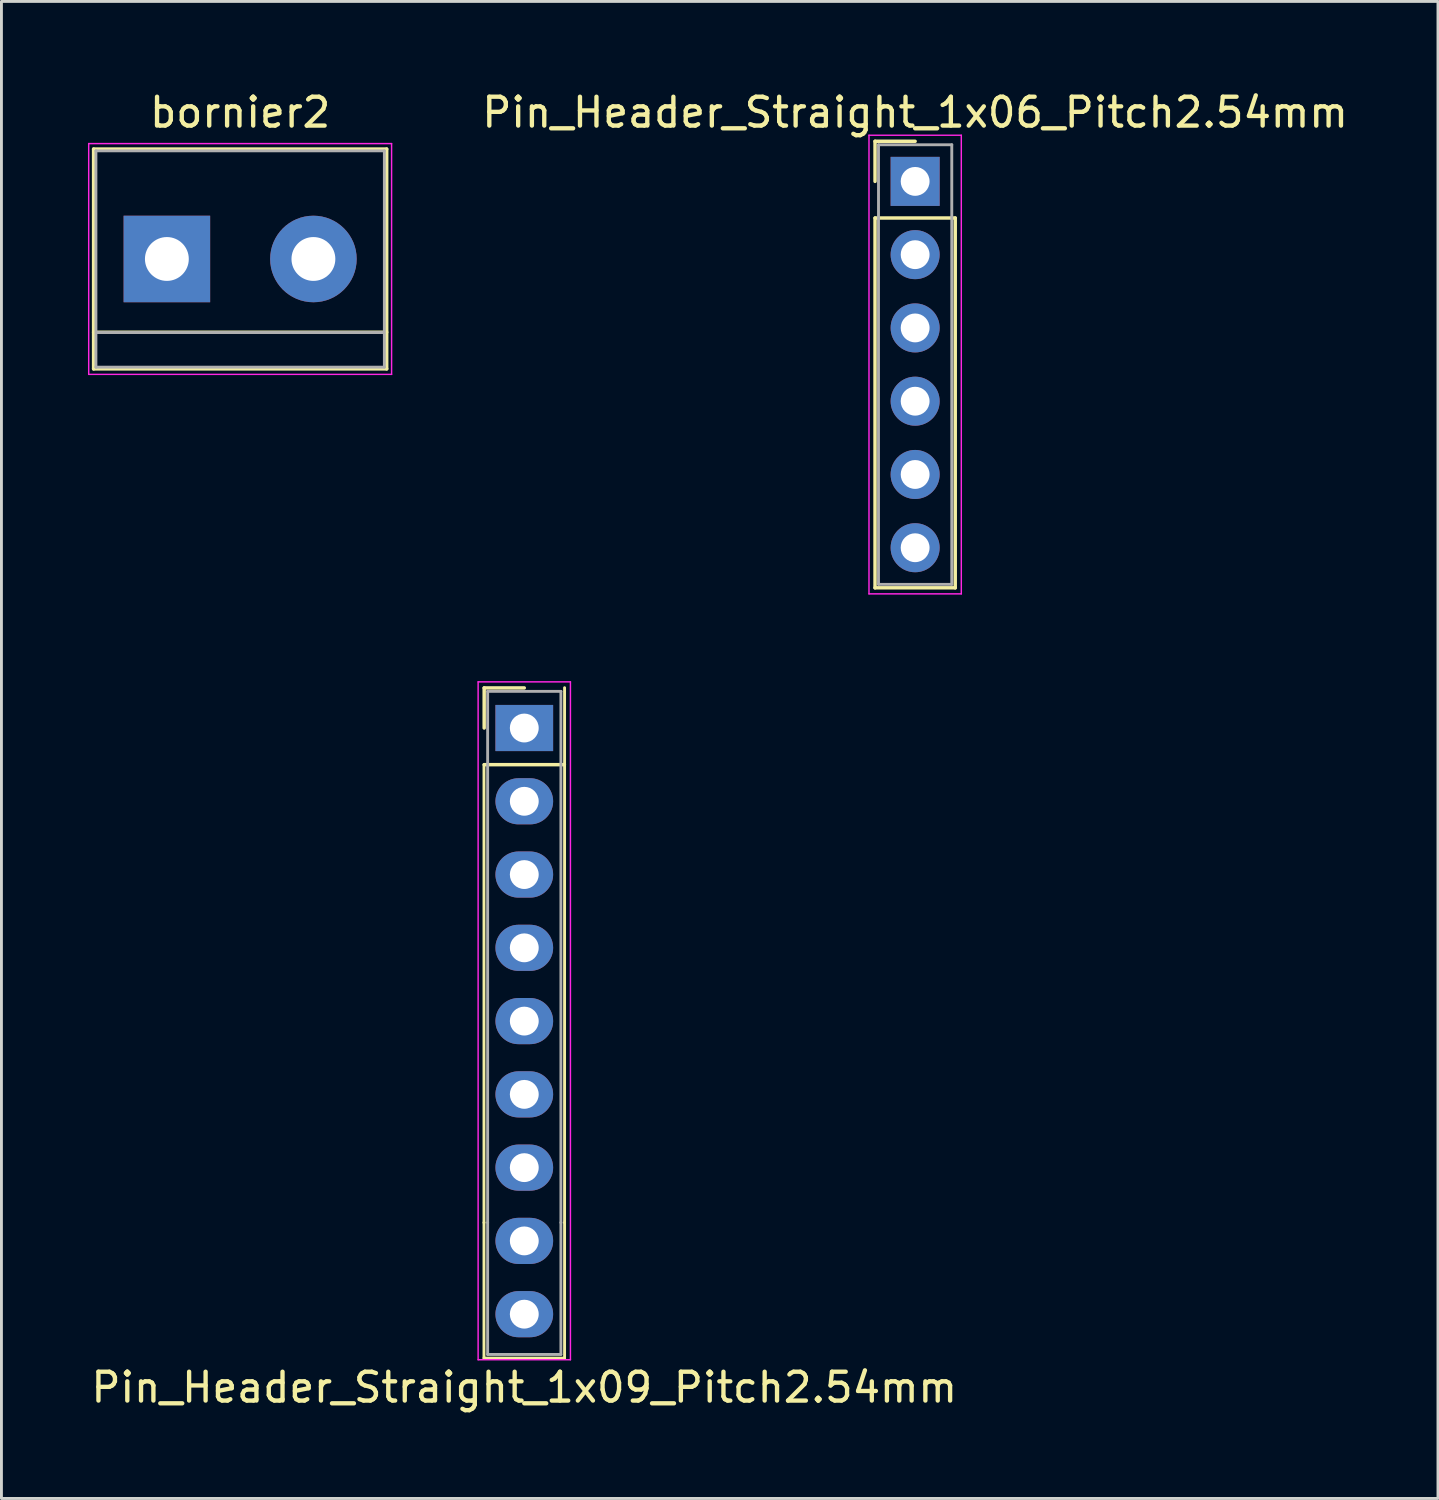
<source format=kicad_pcb>
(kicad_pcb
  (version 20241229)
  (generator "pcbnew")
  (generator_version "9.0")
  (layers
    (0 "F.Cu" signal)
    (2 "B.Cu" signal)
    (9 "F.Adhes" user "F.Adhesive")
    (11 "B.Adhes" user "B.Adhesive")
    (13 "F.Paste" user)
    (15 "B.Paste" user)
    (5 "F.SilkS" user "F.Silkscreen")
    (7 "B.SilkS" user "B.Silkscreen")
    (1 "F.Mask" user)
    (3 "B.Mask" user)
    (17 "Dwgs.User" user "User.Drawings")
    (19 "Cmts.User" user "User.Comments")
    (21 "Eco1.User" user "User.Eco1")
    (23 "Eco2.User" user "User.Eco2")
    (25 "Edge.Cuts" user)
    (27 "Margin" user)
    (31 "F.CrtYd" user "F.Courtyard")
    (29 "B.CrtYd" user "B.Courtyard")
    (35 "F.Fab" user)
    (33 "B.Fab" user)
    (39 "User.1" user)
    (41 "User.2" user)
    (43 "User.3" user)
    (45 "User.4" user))
  (footprint "bornier2"
    (layer "F.Cu")
    (at 2.735 5.928)
    (property "Reference" "bornier2" (at 2.54 -5.08 0) (layer "F.SilkS") (effects (font (size 1 1) (thickness 0.15))))
    (attr through_hole)
    (fp_line (start -2.54 -3.81) (end -2.54 3.81) (stroke (width 0.12) (type solid)) (layer "F.SilkS"))
    (fp_line (start -2.54 3.81) (end 7.62 3.81) (stroke (width 0.12) (type solid)) (layer "F.SilkS"))
    (fp_line (start 7.62 -3.81) (end -2.54 -3.81) (stroke (width 0.12) (type solid)) (layer "F.SilkS"))
    (fp_line (start 7.62 2.54) (end -2.54 2.54) (stroke (width 0.12) (type solid)) (layer "F.SilkS"))
    (fp_line (start 7.62 3.81) (end 7.62 -3.81) (stroke (width 0.12) (type solid)) (layer "F.SilkS"))
    (fp_line (start -2.71 -4) (end -2.71 4) (stroke (width 0.05) (type solid)) (layer "F.CrtYd"))
    (fp_line (start -2.71 -4) (end 7.79 -4) (stroke (width 0.05) (type solid)) (layer "F.CrtYd"))
    (fp_line (start 7.79 4) (end -2.71 4) (stroke (width 0.05) (type solid)) (layer "F.CrtYd"))
    (fp_line (start 7.79 4) (end 7.79 -4) (stroke (width 0.05) (type solid)) (layer "F.CrtYd"))
    (fp_line (start -2.46 -3.75) (end -2.46 3.75) (stroke (width 0.1) (type solid)) (layer "F.Fab"))
    (fp_line (start -2.46 3.75) (end 7.54 3.75) (stroke (width 0.1) (type solid)) (layer "F.Fab"))
    (fp_line (start -2.41 2.55) (end 7.49 2.55) (stroke (width 0.1) (type solid)) (layer "F.Fab"))
    (fp_line (start 7.54 -3.75) (end -2.46 -3.75) (stroke (width 0.1) (type solid)) (layer "F.Fab"))
    (fp_line (start 7.54 3.75) (end 7.54 -3.75) (stroke (width 0.1) (type solid)) (layer "F.Fab"))
    (pad "1" thru_hole rect (at 0 0) (size 3 3) (drill 1.52) (layers "*.Cu" "*.Mask"))
    (pad "2" thru_hole circle (at 5.08 0) (size 3 3) (drill 1.52) (layers "*.Cu" "*.Mask")))
  (footprint "Pin_Header_Straight_1x06_Pitch2.54mm"
    (layer "F.Cu")
    (at 28.675 3.238)
    (property "Reference" "Pin_Header_Straight_1x06_Pitch2.54mm" (at 0 -2.39 0) (layer "F.SilkS") (effects (font (size 1 1) (thickness 0.15))))
    (attr through_hole)
    (fp_line (start -1.39 -1.39) (end 0 -1.39) (stroke (width 0.12) (type solid)) (layer "F.SilkS"))
    (fp_line (start -1.39 0) (end -1.39 -1.39) (stroke (width 0.12) (type solid)) (layer "F.SilkS"))
    (fp_line (start -1.39 1.27) (end -1.39 14.09) (stroke (width 0.12) (type solid)) (layer "F.SilkS"))
    (fp_line (start -1.39 14.09) (end 1.39 14.09) (stroke (width 0.12) (type solid)) (layer "F.SilkS"))
    (fp_line (start 1.39 1.27) (end -1.39 1.27) (stroke (width 0.12) (type solid)) (layer "F.SilkS"))
    (fp_line (start 1.39 14.09) (end 1.39 1.27) (stroke (width 0.12) (type solid)) (layer "F.SilkS"))
    (fp_line (start -1.6 -1.6) (end -1.6 14.3) (stroke (width 0.05) (type solid)) (layer "F.CrtYd"))
    (fp_line (start -1.6 14.3) (end 1.6 14.3) (stroke (width 0.05) (type solid)) (layer "F.CrtYd"))
    (fp_line (start 1.6 -1.6) (end -1.6 -1.6) (stroke (width 0.05) (type solid)) (layer "F.CrtYd"))
    (fp_line (start 1.6 14.3) (end 1.6 -1.6) (stroke (width 0.05) (type solid)) (layer "F.CrtYd"))
    (fp_line (start -1.27 -1.27) (end -1.27 13.97) (stroke (width 0.1) (type solid)) (layer "F.Fab"))
    (fp_line (start -1.27 13.97) (end 1.27 13.97) (stroke (width 0.1) (type solid)) (layer "F.Fab"))
    (fp_line (start 1.27 -1.27) (end -1.27 -1.27) (stroke (width 0.1) (type solid)) (layer "F.Fab"))
    (fp_line (start 1.27 13.97) (end 1.27 -1.27) (stroke (width 0.1) (type solid)) (layer "F.Fab"))
    (pad "1" thru_hole rect (at 0 0) (size 1.7 1.7) (drill 1) (layers "*.Cu" "*.Mask"))
    (pad "2" thru_hole oval (at 0 2.54) (size 1.7 1.7) (drill 1) (layers "*.Cu" "*.Mask"))
    (pad "3" thru_hole oval (at 0 5.08) (size 1.7 1.7) (drill 1) (layers "*.Cu" "*.Mask"))
    (pad "4" thru_hole oval (at 0 7.62) (size 1.7 1.7) (drill 1) (layers "*.Cu" "*.Mask"))
    (pad "5" thru_hole oval (at 0 10.16) (size 1.7 1.7) (drill 1) (layers "*.Cu" "*.Mask"))
    (pad "6" thru_hole oval (at 0 12.7) (size 1.7 1.7) (drill 1) (layers "*.Cu" "*.Mask")))
  (footprint "Pin_Header_Straight_1x09_Pitch2.54mm"
    (layer "F.Cu")
    (at 15.125 22.188)
    (property "Reference" "Pin_Header_Straight_1x09_Pitch2.54mm" (at 0 22.86 0) (layer "F.SilkS") (effects (font (size 1 1) (thickness 0.15))))
    (attr through_hole)
    (fp_line (start -1.397 17.145) (end -1.397 1.27) (stroke (width 0.1) (type solid)) (layer "F.SilkS"))
    (fp_line (start -1.397 17.145) (end -1.397 21.844) (stroke (width 0.1) (type solid)) (layer "F.SilkS"))
    (fp_line (start -1.397 21.844) (end 1.397 21.844) (stroke (width 0.1) (type solid)) (layer "F.SilkS"))
    (fp_line (start -1.39 -1.39) (end 0 -1.39) (stroke (width 0.12) (type solid)) (layer "F.SilkS"))
    (fp_line (start -1.39 0) (end -1.39 -1.39) (stroke (width 0.12) (type solid)) (layer "F.SilkS"))
    (fp_line (start 1.39 1.27) (end -1.39 1.27) (stroke (width 0.12) (type solid)) (layer "F.SilkS"))
    (fp_line (start 1.397 17.145) (end 1.397 -1.397) (stroke (width 0.1) (type solid)) (layer "F.SilkS"))
    (fp_line (start 1.397 21.844) (end 1.397 17.145) (stroke (width 0.1) (type solid)) (layer "F.SilkS"))
    (fp_line (start -1.6 -1.6) (end -1.6 21.9) (stroke (width 0.05) (type solid)) (layer "F.CrtYd"))
    (fp_line (start -1.6 21.9) (end 1.6 21.9) (stroke (width 0.05) (type solid)) (layer "F.CrtYd"))
    (fp_line (start 1.6 -1.6) (end -1.6 -1.6) (stroke (width 0.05) (type solid)) (layer "F.CrtYd"))
    (fp_line (start 1.6 21.9) (end 1.6 -1.6) (stroke (width 0.05) (type solid)) (layer "F.CrtYd"))
    (fp_line (start -1.27 17.145) (end -1.27 -1.27) (stroke (width 0.1) (type solid)) (layer "F.Fab"))
    (fp_line (start -1.27 17.145) (end -1.27 21.717) (stroke (width 0.1) (type solid)) (layer "F.Fab"))
    (fp_line (start -1.27 21.717) (end 1.27 21.717) (stroke (width 0.1) (type solid)) (layer "F.Fab"))
    (fp_line (start 1.27 -1.27) (end -1.27 -1.27) (stroke (width 0.1) (type solid)) (layer "F.Fab"))
    (fp_line (start 1.27 -1.27) (end 1.27 17.145) (stroke (width 0.1) (type solid)) (layer "F.Fab"))
    (fp_line (start 1.27 21.717) (end 1.27 17.145) (stroke (width 0.1) (type solid)) (layer "F.Fab"))
    (pad "1" thru_hole rect (at 0 0) (size 2 1.6) (drill 1) (layers "*.Cu" "*.Mask"))
    (pad "2" thru_hole oval (at 0 2.54) (size 2 1.6) (drill 1) (layers "*.Cu" "*.Mask"))
    (pad "3" thru_hole oval (at 0 5.08) (size 2 1.6) (drill 1) (layers "*.Cu" "*.Mask"))
    (pad "4" thru_hole oval (at 0 7.62) (size 2 1.6) (drill 1) (layers "*.Cu" "*.Mask"))
    (pad "5" thru_hole oval (at 0 10.16) (size 2 1.6) (drill 1) (layers "*.Cu" "*.Mask"))
    (pad "6" thru_hole oval (at 0 12.7) (size 2 1.6) (drill 1) (layers "*.Cu" "*.Mask"))
    (pad "7" thru_hole oval (at 0 15.24) (size 2 1.6) (drill 1) (layers "*.Cu" "*.Mask"))
    (pad "8" thru_hole oval (at 0 17.78) (size 2 1.6) (drill 1) (layers "*.Cu" "*.Mask"))
    (pad "9" thru_hole oval (at 0 20.32) (size 2 1.6) (drill 1) (layers "*.Cu" "*.Mask")))
  (gr_rect
    (start -3 -3)
    (end 46.8 48.897)
    (stroke (width 0.1) (type default))
    (fill no)
    (layer "Edge.Cuts")))
</source>
